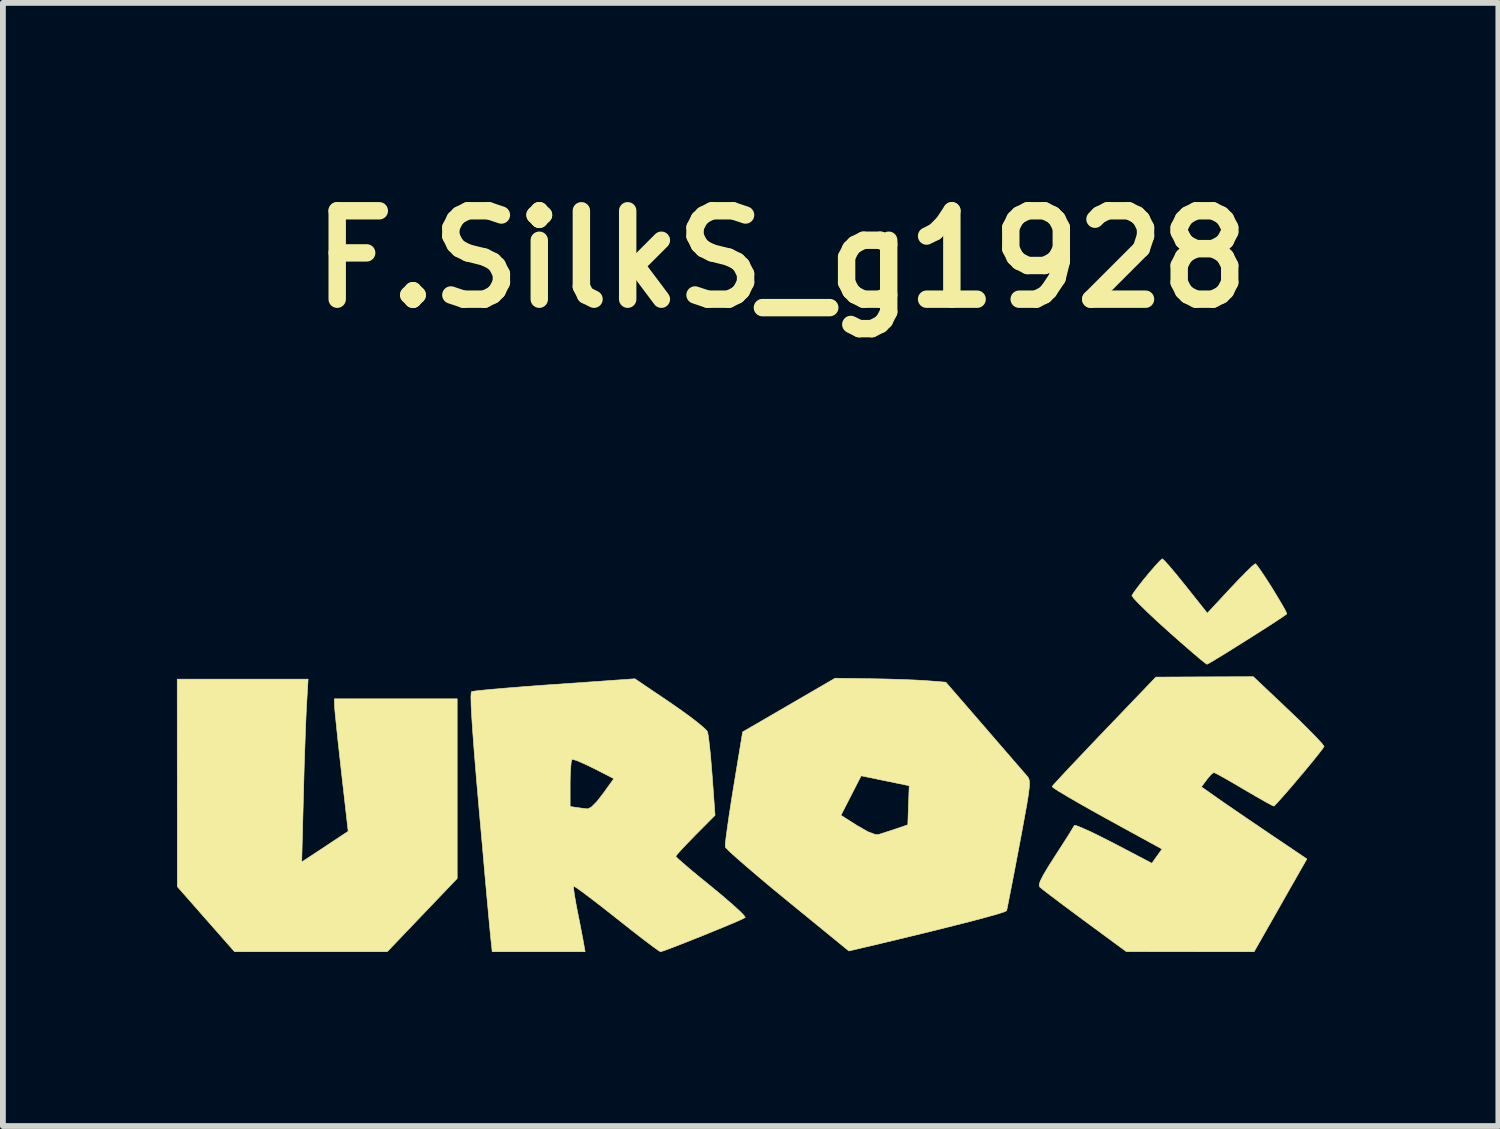
<source format=kicad_pcb>
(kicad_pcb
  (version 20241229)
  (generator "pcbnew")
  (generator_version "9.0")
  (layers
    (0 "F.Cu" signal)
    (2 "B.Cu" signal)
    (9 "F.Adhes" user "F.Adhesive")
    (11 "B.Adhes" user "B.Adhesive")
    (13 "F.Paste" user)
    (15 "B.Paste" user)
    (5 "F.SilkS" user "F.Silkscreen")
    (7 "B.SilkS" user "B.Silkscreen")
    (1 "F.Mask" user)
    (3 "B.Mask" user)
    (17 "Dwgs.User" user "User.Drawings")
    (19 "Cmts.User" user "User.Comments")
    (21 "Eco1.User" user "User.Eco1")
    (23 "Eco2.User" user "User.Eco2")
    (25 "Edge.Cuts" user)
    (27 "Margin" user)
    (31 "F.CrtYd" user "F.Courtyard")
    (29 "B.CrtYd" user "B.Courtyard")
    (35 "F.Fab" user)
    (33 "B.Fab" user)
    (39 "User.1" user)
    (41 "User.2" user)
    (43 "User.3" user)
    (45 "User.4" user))
  (footprint "F.SilkS_g1928"
    (layer "F.Cu")
    (at 10.419 1.418)
    (property "Reference" "F.SilkS_g1928" (at 0 0 0) (layer "F.SilkS") (effects (font (size 1.524 1.524) (thickness 0.3))))
    (attr through_hole)
    (fp_poly (pts (xy -8.185 7.694) (xy -8.193 7.865) (xy -8.203 8.103) (xy -8.213 8.39) (xy -8.224 8.708) (xy -8.233 9.039) (xy -8.239 9.27) (xy -8.268 10.39) (xy -8.145 10.31) (xy -8.049 10.247) (xy -7.911 10.156) (xy -7.759 10.055) (xy -7.745 10.046) (xy -7.467 9.862) (xy -7.584 8.836) (xy -7.616 8.545) (xy -7.646 8.275) (xy -7.67 8.042) (xy -7.689 7.857) (xy -7.7 7.735) (xy -7.702 7.694) (xy -7.705 7.578) (xy -5.588 7.578) (xy -5.588 10.675) (xy -6.794 11.938) (xy -9.425 11.938) (xy -9.919 11.377) (xy -10.412 10.816) (xy -10.413 9.028) (xy -10.414 7.239) (xy -8.158 7.239) (xy -8.185 7.694)) (stroke (width 0.01) (type solid)) (fill yes) (layer "F.SilkS"))
    (fp_poly (pts (xy 6.603 5.196) (xy 6.681 5.282) (xy 6.79 5.411) (xy 6.92 5.571) (xy 6.97 5.633) (xy 7.343 6.102) (xy 7.739 5.676) (xy 7.886 5.521) (xy 8.014 5.391) (xy 8.11 5.297) (xy 8.165 5.252) (xy 8.171 5.249) (xy 8.203 5.283) (xy 8.266 5.371) (xy 8.35 5.497) (xy 8.445 5.645) (xy 8.538 5.797) (xy 8.621 5.936) (xy 8.683 6.045) (xy 8.712 6.108) (xy 8.712 6.116) (xy 8.65 6.16) (xy 8.536 6.236) (xy 8.382 6.336) (xy 8.202 6.451) (xy 8.01 6.572) (xy 7.819 6.692) (xy 7.643 6.802) (xy 7.495 6.892) (xy 7.389 6.955) (xy 7.339 6.982) (xy 7.338 6.983) (xy 7.297 6.955) (xy 7.203 6.879) (xy 7.067 6.763) (xy 6.898 6.616) (xy 6.706 6.447) (xy 6.668 6.412) (xy 6.475 6.238) (xy 6.307 6.08) (xy 6.173 5.949) (xy 6.082 5.854) (xy 6.044 5.804) (xy 6.043 5.8) (xy 6.074 5.747) (xy 6.144 5.652) (xy 6.238 5.532) (xy 6.342 5.406) (xy 6.441 5.291) (xy 6.52 5.205) (xy 6.565 5.165) (xy 6.567 5.165) (xy 6.603 5.196)) (stroke (width 0.01) (type solid)) (fill yes) (layer "F.SilkS"))
    (fp_poly (pts (xy 1.553 7.232) (xy 1.809 7.237) (xy 2.067 7.245) (xy 2.299 7.254) (xy 2.479 7.264) (xy 2.507 7.266) (xy 2.835 7.292) (xy 3.499 8.059) (xy 3.689 8.279) (xy 3.865 8.482) (xy 4.016 8.657) (xy 4.135 8.794) (xy 4.213 8.884) (xy 4.237 8.911) (xy 4.258 8.94) (xy 4.272 8.977) (xy 4.278 9.031) (xy 4.273 9.114) (xy 4.258 9.234) (xy 4.231 9.402) (xy 4.19 9.628) (xy 4.136 9.922) (xy 4.104 10.093) (xy 4.048 10.388) (xy 3.997 10.656) (xy 3.952 10.886) (xy 3.917 11.066) (xy 3.893 11.185) (xy 3.883 11.231) (xy 3.839 11.252) (xy 3.719 11.29) (xy 3.529 11.343) (xy 3.275 11.411) (xy 2.964 11.49) (xy 2.601 11.581) (xy 2.194 11.68) (xy 1.749 11.787) (xy 1.397 11.87) (xy 1.164 11.925) (xy 0.106 11.061) (xy -0.152 10.849) (xy -0.387 10.652) (xy -0.593 10.476) (xy -0.762 10.329) (xy -0.885 10.218) (xy -0.954 10.149) (xy -0.967 10.131) (xy -0.965 10.072) (xy -0.95 9.942) (xy -0.924 9.754) (xy -0.9 9.586) (xy 1.027 9.586) (xy 1.307 9.764) (xy 1.493 9.87) (xy 1.622 9.918) (xy 1.672 9.918) (xy 1.761 9.89) (xy 1.892 9.848) (xy 1.968 9.822) (xy 2.18 9.75) (xy 2.204 9.076) (xy 1.79 8.991) (xy 1.376 8.905) (xy 1.027 9.586) (xy -0.9 9.586) (xy -0.89 9.521) (xy -0.849 9.255) (xy -0.825 9.107) (xy -0.667 8.149) (xy 0.926 7.223) (xy 1.553 7.232)) (stroke (width 0.01) (type solid)) (fill yes) (layer "F.SilkS"))
    (fp_poly (pts (xy 8.746 7.774) (xy 8.933 7.953) (xy 9.096 8.115) (xy 9.227 8.249) (xy 9.316 8.345) (xy 9.354 8.396) (xy 9.355 8.399) (xy 9.329 8.44) (xy 9.258 8.532) (xy 9.155 8.66) (xy 9.03 8.812) (xy 8.894 8.973) (xy 8.76 9.131) (xy 8.637 9.271) (xy 8.538 9.381) (xy 8.493 9.428) (xy 8.454 9.412) (xy 8.357 9.36) (xy 8.214 9.279) (xy 8.039 9.177) (xy 7.983 9.144) (xy 7.799 9.036) (xy 7.641 8.945) (xy 7.523 8.881) (xy 7.46 8.849) (xy 7.454 8.848) (xy 7.412 8.878) (xy 7.346 8.954) (xy 7.333 8.972) (xy 7.241 9.096) (xy 7.505 9.282) (xy 7.628 9.368) (xy 7.805 9.489) (xy 8.015 9.633) (xy 8.243 9.788) (xy 8.413 9.903) (xy 9.059 10.339) (xy 8.921 10.58) (xy 8.85 10.706) (xy 8.748 10.884) (xy 8.629 11.094) (xy 8.504 11.314) (xy 8.467 11.379) (xy 8.149 11.938) (xy 5.948 11.937) (xy 5.228 11.407) (xy 5.011 11.246) (xy 4.815 11.1) (xy 4.651 10.976) (xy 4.53 10.884) (xy 4.464 10.831) (xy 4.457 10.825) (xy 4.444 10.788) (xy 4.462 10.723) (xy 4.514 10.619) (xy 4.606 10.465) (xy 4.72 10.286) (xy 4.836 10.106) (xy 4.936 9.95) (xy 5.009 9.832) (xy 5.047 9.767) (xy 5.05 9.761) (xy 5.09 9.766) (xy 5.192 9.807) (xy 5.345 9.876) (xy 5.535 9.97) (xy 5.726 10.067) (xy 6.387 10.413) (xy 6.474 10.291) (xy 6.562 10.168) (xy 5.61 9.646) (xy 5.353 9.503) (xy 5.123 9.373) (xy 4.93 9.261) (xy 4.783 9.173) (xy 4.693 9.114) (xy 4.668 9.091) (xy 4.698 9.054) (xy 4.781 8.963) (xy 4.907 8.827) (xy 5.071 8.653) (xy 5.264 8.45) (xy 5.479 8.223) (xy 5.567 8.132) (xy 6.456 7.204) (xy 7.296 7.2) (xy 8.136 7.197) (xy 8.746 7.774)) (stroke (width 0.01) (type solid)) (fill yes) (layer "F.SilkS"))
    (fp_poly (pts (xy -1.915 7.645) (xy -1.713 7.786) (xy -1.535 7.916) (xy -1.395 8.027) (xy -1.303 8.108) (xy -1.273 8.146) (xy -1.259 8.217) (xy -1.242 8.356) (xy -1.222 8.546) (xy -1.203 8.77) (xy -1.192 8.91) (xy -1.143 9.586) (xy -1.482 9.927) (xy -1.616 10.065) (xy -1.726 10.181) (xy -1.798 10.262) (xy -1.82 10.294) (xy -1.789 10.328) (xy -1.702 10.405) (xy -1.569 10.519) (xy -1.401 10.658) (xy -1.207 10.816) (xy -1.205 10.818) (xy -1.013 10.976) (xy -0.85 11.117) (xy -0.724 11.231) (xy -0.645 11.311) (xy -0.622 11.348) (xy -0.623 11.348) (xy -0.671 11.373) (xy -0.782 11.423) (xy -0.941 11.49) (xy -1.133 11.569) (xy -1.341 11.654) (xy -1.549 11.737) (xy -1.744 11.814) (xy -1.908 11.877) (xy -2.026 11.921) (xy -2.083 11.938) (xy -2.084 11.938) (xy -2.125 11.913) (xy -2.223 11.842) (xy -2.366 11.734) (xy -2.546 11.595) (xy -2.751 11.434) (xy -2.84 11.363) (xy -3.052 11.196) (xy -3.241 11.05) (xy -3.397 10.932) (xy -3.511 10.849) (xy -3.573 10.809) (xy -3.581 10.806) (xy -3.581 10.853) (xy -3.566 10.963) (xy -3.539 11.118) (xy -3.519 11.222) (xy -3.48 11.417) (xy -3.445 11.598) (xy -3.418 11.738) (xy -3.411 11.779) (xy -3.383 11.938) (xy -4.984 11.938) (xy -5.008 11.716) (xy -5.017 11.629) (xy -5.032 11.467) (xy -5.053 11.24) (xy -5.079 10.956) (xy -5.109 10.626) (xy -5.141 10.259) (xy -5.176 9.865) (xy -5.21 9.488) (xy -5.249 9.038) (xy -3.641 9.038) (xy -3.641 9.435) (xy -3.524 9.452) (xy -3.411 9.468) (xy -3.338 9.476) (xy -3.277 9.446) (xy -3.185 9.355) (xy -3.077 9.218) (xy -2.887 8.954) (xy -3.232 8.778) (xy -3.387 8.703) (xy -3.513 8.648) (xy -3.593 8.622) (xy -3.609 8.622) (xy -3.623 8.67) (xy -3.633 8.783) (xy -3.64 8.941) (xy -3.641 9.038) (xy -5.249 9.038) (xy -5.255 8.97) (xy -5.291 8.533) (xy -5.318 8.175) (xy -5.337 7.892) (xy -5.348 7.681) (xy -5.351 7.541) (xy -5.346 7.468) (xy -5.341 7.455) (xy -5.289 7.445) (xy -5.163 7.431) (xy -4.973 7.413) (xy -4.73 7.392) (xy -4.443 7.369) (xy -4.123 7.345) (xy -3.91 7.33) (xy -2.525 7.233) (xy -1.915 7.645)) (stroke (width 0.01) (type solid)) (fill yes) (layer "F.SilkS")))
  (gr_rect
    (start -3 -3)
    (end 22.779 16.361)
    (stroke (width 0.1) (type default))
    (fill no)
    (layer "Edge.Cuts")))
</source>
